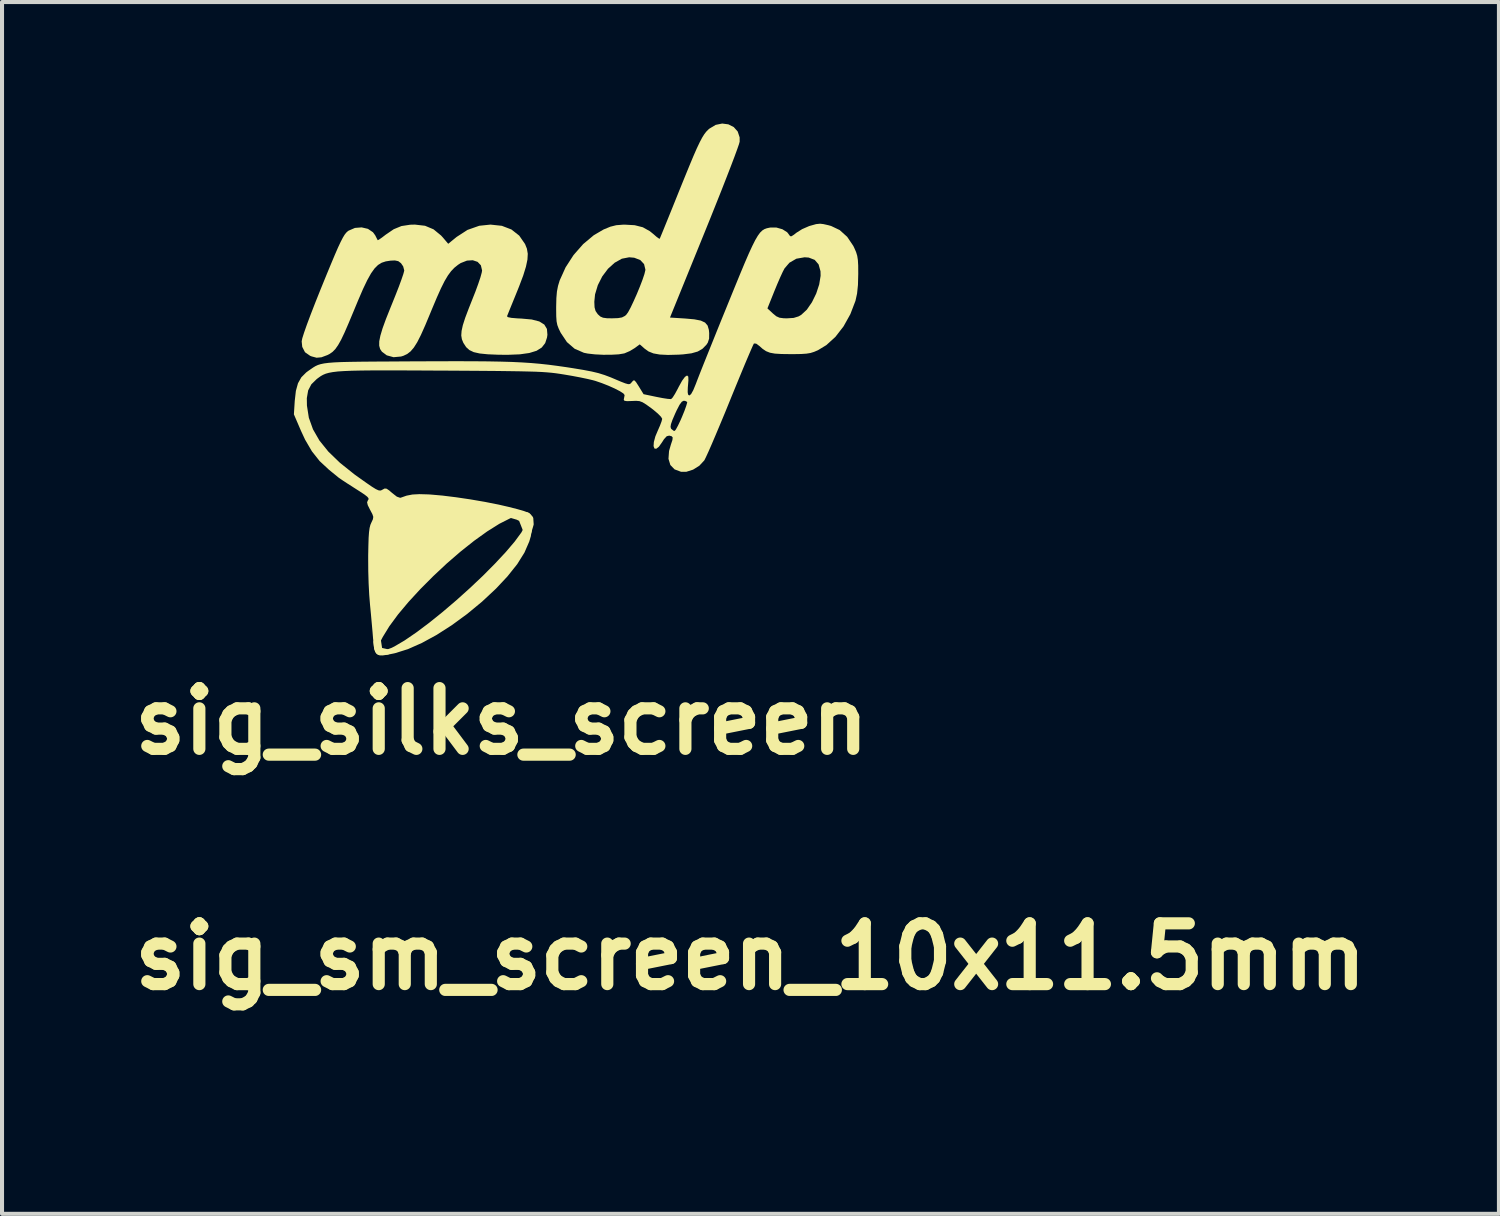
<source format=kicad_pcb>
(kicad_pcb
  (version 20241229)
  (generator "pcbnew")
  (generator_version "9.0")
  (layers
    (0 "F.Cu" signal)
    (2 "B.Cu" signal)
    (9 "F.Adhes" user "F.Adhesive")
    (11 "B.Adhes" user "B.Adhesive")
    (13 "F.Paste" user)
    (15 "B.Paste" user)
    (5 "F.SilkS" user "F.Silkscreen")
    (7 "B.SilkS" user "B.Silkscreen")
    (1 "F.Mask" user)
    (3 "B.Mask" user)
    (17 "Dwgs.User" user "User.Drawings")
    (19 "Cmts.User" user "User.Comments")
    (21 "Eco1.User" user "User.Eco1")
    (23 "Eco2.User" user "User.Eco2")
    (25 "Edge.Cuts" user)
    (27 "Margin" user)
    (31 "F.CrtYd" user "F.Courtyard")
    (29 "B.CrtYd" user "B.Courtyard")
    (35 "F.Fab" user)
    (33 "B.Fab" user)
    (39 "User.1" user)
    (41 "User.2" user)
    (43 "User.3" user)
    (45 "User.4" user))
  (footprint "sig_silks_screen"
    (layer "F.Cu")
    (at 11.226 8.05)
    (property "Reference" "sig_silks_screen" (at -1.89 6.71 0) (layer "F.SilkS") (effects (font (size 1.5 1.5) (thickness 0.3))))
    (attr board_only exclude_from_pos_files exclude_from_bom)
    (fp_poly (pts (xy -1.259 1.6) (xy -1.21 1.634) (xy -1.16 1.694) (xy -1.15 1.844) (xy -1.245 2.167) (xy -1.42 1.724) (xy -1.5 1.684) (xy -1.65 1.64)) (stroke (width 0.1) (type solid)) (fill yes) (layer "F.SilkS"))
    (fp_poly (pts (xy -4.912 5.02) (xy -4.94 5) (xy -4.96 4.98) (xy -4.99 4.91) (xy -5.007 4.747) (xy -4.927 4.677) (xy -4.89 4.92) (xy -4.88 4.94) (xy -4.66 4.99) (xy -4.71 5.01)) (stroke (width 0.1) (type solid)) (fill yes) (layer "F.SilkS"))
    (fp_poly (pts (xy 3.707 -8.03) (xy 3.839 -7.963) (xy 3.937 -7.853) (xy 3.985 -7.708) (xy 3.985 -7.602) (xy 3.968 -7.539) (xy 3.924 -7.413) (xy 3.857 -7.23) (xy 3.769 -6.998) (xy 3.662 -6.722) (xy 3.54 -6.41) (xy 3.404 -6.069) (xy 3.258 -5.704) (xy 3.115 -5.351) (xy 2.265 -3.26) (xy 2.644 -3.236) (xy 2.867 -3.216) (xy 3.026 -3.185) (xy 3.131 -3.136) (xy 3.194 -3.062) (xy 3.225 -2.957) (xy 3.233 -2.877) (xy 3.231 -2.739) (xy 3.199 -2.641) (xy 3.164 -2.588) (xy 3.068 -2.49) (xy 2.95 -2.421) (xy 2.796 -2.377) (xy 2.589 -2.351) (xy 2.482 -2.344) (xy 2.216 -2.337) (xy 2.012 -2.347) (xy 1.855 -2.375) (xy 1.734 -2.424) (xy 1.643 -2.489) (xy 1.519 -2.598) (xy 1.392 -2.505) (xy 1.273 -2.433) (xy 1.148 -2.379) (xy 1.132 -2.374) (xy 1.001 -2.352) (xy 0.821 -2.342) (xy 0.616 -2.341) (xy 0.413 -2.351) (xy 0.235 -2.371) (xy 0.14 -2.39) (xy -0.088 -2.489) (xy -0.279 -2.654) (xy -0.433 -2.884) (xy -0.433 -2.884) (xy -0.483 -2.987) (xy -0.516 -3.074) (xy -0.535 -3.168) (xy -0.543 -3.29) (xy -0.545 -3.459) (xy -0.545 -3.521) (xy -0.542 -3.649) (xy 0.397 -3.649) (xy 0.403 -3.512) (xy 0.428 -3.421) (xy 0.48 -3.346) (xy 0.487 -3.338) (xy 0.546 -3.285) (xy 0.612 -3.256) (xy 0.709 -3.243) (xy 0.834 -3.241) (xy 0.982 -3.246) (xy 1.08 -3.263) (xy 1.152 -3.3) (xy 1.183 -3.326) (xy 1.23 -3.39) (xy 1.294 -3.508) (xy 1.368 -3.665) (xy 1.447 -3.842) (xy 1.522 -4.024) (xy 1.587 -4.194) (xy 1.634 -4.334) (xy 1.657 -4.43) (xy 1.658 -4.444) (xy 1.625 -4.58) (xy 1.531 -4.68) (xy 1.383 -4.737) (xy 1.258 -4.748) (xy 1.077 -4.713) (xy 0.9 -4.614) (xy 0.735 -4.465) (xy 0.593 -4.276) (xy 0.484 -4.061) (xy 0.415 -3.832) (xy 0.397 -3.649) (xy -0.542 -3.649) (xy -0.54 -3.738) (xy -0.526 -3.903) (xy -0.499 -4.042) (xy -0.458 -4.177) (xy -0.312 -4.5) (xy -0.115 -4.804) (xy 0.121 -5.073) (xy 0.384 -5.293) (xy 0.625 -5.434) (xy 0.792 -5.503) (xy 0.939 -5.54) (xy 1.106 -5.553) (xy 1.144 -5.554) (xy 1.394 -5.54) (xy 1.595 -5.489) (xy 1.768 -5.392) (xy 1.853 -5.323) (xy 1.936 -5.251) (xy 1.995 -5.209) (xy 2.011 -5.205) (xy 2.027 -5.242) (xy 2.068 -5.341) (xy 2.13 -5.493) (xy 2.21 -5.69) (xy 2.305 -5.924) (xy 2.411 -6.187) (xy 2.484 -6.369) (xy 2.628 -6.724) (xy 2.748 -7.017) (xy 2.847 -7.254) (xy 2.929 -7.441) (xy 2.999 -7.588) (xy 3.058 -7.7) (xy 3.11 -7.784) (xy 3.16 -7.849) (xy 3.21 -7.9) (xy 3.238 -7.924) (xy 3.393 -8.017) (xy 3.554 -8.05)) (stroke (width 0) (type solid)) (fill yes) (layer "F.SilkS"))
    (fp_poly (pts (xy -1.886 -5.525) (xy -1.649 -5.434) (xy -1.457 -5.283) (xy -1.313 -5.075) (xy -1.267 -4.96) (xy -1.246 -4.835) (xy -1.254 -4.691) (xy -1.291 -4.516) (xy -1.358 -4.299) (xy -1.459 -4.031) (xy -1.504 -3.919) (xy -1.584 -3.722) (xy -1.655 -3.548) (xy -1.711 -3.41) (xy -1.747 -3.32) (xy -1.759 -3.293) (xy -1.737 -3.27) (xy -1.65 -3.252) (xy -1.493 -3.239) (xy -1.403 -3.235) (xy -1.148 -3.212) (xy -0.962 -3.164) (xy -0.838 -3.087) (xy -0.773 -2.979) (xy -0.761 -2.835) (xy -0.771 -2.766) (xy -0.816 -2.629) (xy -0.9 -2.521) (xy -1.028 -2.44) (xy -1.207 -2.385) (xy -1.442 -2.352) (xy -1.741 -2.34) (xy -1.973 -2.342) (xy -2.234 -2.353) (xy -2.433 -2.373) (xy -2.58 -2.406) (xy -2.687 -2.457) (xy -2.767 -2.529) (xy -2.831 -2.627) (xy -2.838 -2.639) (xy -2.873 -2.725) (xy -2.888 -2.818) (xy -2.88 -2.931) (xy -2.849 -3.072) (xy -2.791 -3.253) (xy -2.704 -3.483) (xy -2.62 -3.695) (xy -2.538 -3.902) (xy -2.468 -4.094) (xy -2.414 -4.255) (xy -2.382 -4.373) (xy -2.374 -4.423) (xy -2.404 -4.55) (xy -2.485 -4.635) (xy -2.604 -4.675) (xy -2.747 -4.666) (xy -2.902 -4.605) (xy -2.968 -4.562) (xy -3.058 -4.49) (xy -3.139 -4.405) (xy -3.218 -4.298) (xy -3.3 -4.16) (xy -3.389 -3.982) (xy -3.491 -3.754) (xy -3.612 -3.467) (xy -3.654 -3.365) (xy -3.778 -3.068) (xy -3.883 -2.833) (xy -3.974 -2.653) (xy -4.058 -2.52) (xy -4.139 -2.425) (xy -4.223 -2.36) (xy -4.316 -2.316) (xy -4.375 -2.298) (xy -4.559 -2.281) (xy -4.727 -2.327) (xy -4.847 -2.417) (xy -4.892 -2.484) (xy -4.914 -2.566) (xy -4.913 -2.673) (xy -4.885 -2.813) (xy -4.831 -2.994) (xy -4.747 -3.225) (xy -4.632 -3.513) (xy -4.602 -3.587) (xy -4.511 -3.813) (xy -4.43 -4.02) (xy -4.365 -4.197) (xy -4.319 -4.332) (xy -4.297 -4.413) (xy -4.296 -4.425) (xy -4.322 -4.523) (xy -4.376 -4.602) (xy -4.443 -4.652) (xy -4.527 -4.67) (xy -4.635 -4.665) (xy -4.751 -4.647) (xy -4.852 -4.614) (xy -4.943 -4.558) (xy -5.029 -4.472) (xy -5.116 -4.35) (xy -5.209 -4.183) (xy -5.313 -3.966) (xy -5.432 -3.69) (xy -5.545 -3.418) (xy -5.668 -3.124) (xy -5.769 -2.891) (xy -5.854 -2.712) (xy -5.929 -2.579) (xy -5.998 -2.481) (xy -6.066 -2.412) (xy -6.139 -2.361) (xy -6.192 -2.334) (xy -6.34 -2.279) (xy -6.459 -2.268) (xy -6.583 -2.301) (xy -6.62 -2.316) (xy -6.746 -2.404) (xy -6.814 -2.536) (xy -6.828 -2.672) (xy -6.813 -2.748) (xy -6.769 -2.887) (xy -6.7 -3.084) (xy -6.607 -3.332) (xy -6.493 -3.626) (xy -6.368 -3.939) (xy -6.225 -4.29) (xy -6.106 -4.578) (xy -6.009 -4.809) (xy -5.93 -4.991) (xy -5.865 -5.129) (xy -5.812 -5.232) (xy -5.768 -5.305) (xy -5.728 -5.356) (xy -5.69 -5.391) (xy -5.67 -5.405) (xy -5.513 -5.473) (xy -5.348 -5.486) (xy -5.192 -5.45) (xy -5.068 -5.366) (xy -5.013 -5.291) (xy -4.973 -5.212) (xy -4.951 -5.17) (xy -4.95 -5.169) (xy -4.92 -5.184) (xy -4.846 -5.235) (xy -4.752 -5.307) (xy -4.555 -5.441) (xy -4.365 -5.519) (xy -4.149 -5.552) (xy -4.032 -5.555) (xy -3.782 -5.526) (xy -3.572 -5.438) (xy -3.387 -5.286) (xy -3.342 -5.237) (xy -3.21 -5.081) (xy -3.003 -5.25) (xy -2.734 -5.424) (xy -2.444 -5.526) (xy -2.167 -5.555)) (stroke (width 0) (type solid)) (fill yes) (layer "F.SilkS"))
    (fp_poly (pts (xy 6.055 -5.567) (xy 6.175 -5.54) (xy 6.243 -5.521) (xy 6.455 -5.42) (xy 6.64 -5.253) (xy 6.791 -5.029) (xy 6.816 -4.977) (xy 6.86 -4.876) (xy 6.888 -4.784) (xy 6.904 -4.679) (xy 6.912 -4.541) (xy 6.913 -4.349) (xy 6.913 -4.334) (xy 6.906 -4.065) (xy 6.884 -3.852) (xy 6.846 -3.68) (xy 6.845 -3.674) (xy 6.718 -3.343) (xy 6.55 -3.042) (xy 6.35 -2.784) (xy 6.126 -2.58) (xy 5.919 -2.454) (xy 5.823 -2.413) (xy 5.734 -2.385) (xy 5.635 -2.369) (xy 5.504 -2.36) (xy 5.325 -2.357) (xy 5.238 -2.357) (xy 5.016 -2.36) (xy 4.853 -2.37) (xy 4.733 -2.392) (xy 4.637 -2.43) (xy 4.551 -2.488) (xy 4.475 -2.556) (xy 4.393 -2.616) (xy 4.339 -2.62) (xy 4.336 -2.617) (xy 4.315 -2.575) (xy 4.269 -2.471) (xy 4.201 -2.313) (xy 4.114 -2.108) (xy 4.013 -1.864) (xy 3.9 -1.59) (xy 3.778 -1.292) (xy 3.751 -1.225) (xy 3.626 -0.918) (xy 3.505 -0.628) (xy 3.394 -0.364) (xy 3.296 -0.134) (xy 3.214 0.053) (xy 3.152 0.188) (xy 3.114 0.263) (xy 3.11 0.269) (xy 2.99 0.398) (xy 2.835 0.495) (xy 2.669 0.548) (xy 2.538 0.548) (xy 2.378 0.488) (xy 2.274 0.38) (xy 2.228 0.228) (xy 2.242 0.034) (xy 2.287 -0.122) (xy 2.325 -0.236) (xy 2.332 -0.3) (xy 2.305 -0.33) (xy 2.246 -0.345) (xy 2.185 -0.33) (xy 2.118 -0.258) (xy 2.074 -0.188) (xy 1.991 -0.071) (xy 1.925 -0.02) (xy 1.881 -0.027) (xy 1.86 -0.086) (xy 1.867 -0.188) (xy 1.904 -0.326) (xy 1.958 -0.454) (xy 2.005 -0.562) (xy 2.279 -0.562) (xy 2.291 -0.519) (xy 2.299 -0.509) (xy 2.354 -0.465) (xy 2.383 -0.462) (xy 2.412 -0.499) (xy 2.462 -0.591) (xy 2.524 -0.721) (xy 2.563 -0.811) (xy 2.623 -0.958) (xy 2.666 -1.079) (xy 2.689 -1.157) (xy 2.689 -1.177) (xy 2.641 -1.202) (xy 2.603 -1.206) (xy 2.557 -1.182) (xy 2.501 -1.106) (xy 2.43 -0.969) (xy 2.392 -0.887) (xy 2.325 -0.731) (xy 2.289 -0.627) (xy 2.279 -0.562) (xy 2.005 -0.562) (xy 2.015 -0.584) (xy 2.056 -0.693) (xy 2.073 -0.759) (xy 2.073 -0.76) (xy 2.044 -0.809) (xy 1.968 -0.887) (xy 1.858 -0.98) (xy 1.809 -1.018) (xy 1.679 -1.112) (xy 1.587 -1.169) (xy 1.511 -1.197) (xy 1.428 -1.204) (xy 1.328 -1.2) (xy 1.205 -1.196) (xy 1.142 -1.205) (xy 1.124 -1.23) (xy 1.126 -1.244) (xy 1.142 -1.327) (xy 1.144 -1.348) (xy 1.114 -1.387) (xy 1.028 -1.442) (xy 0.9 -1.508) (xy 0.746 -1.577) (xy 0.581 -1.642) (xy 0.42 -1.697) (xy 0.358 -1.714) (xy 0.231 -1.744) (xy 0.054 -1.781) (xy -0.151 -1.82) (xy -0.358 -1.855) (xy -0.459 -1.871) (xy -0.557 -1.885) (xy -0.659 -1.897) (xy -0.771 -1.907) (xy -0.899 -1.916) (xy -1.05 -1.923) (xy -1.231 -1.928) (xy -1.447 -1.933) (xy -1.706 -1.937) (xy -2.013 -1.941) (xy -2.375 -1.944) (xy -2.798 -1.947) (xy -3.29 -1.95) (xy -3.378 -1.95) (xy -3.903 -1.953) (xy -4.358 -1.955) (xy -4.748 -1.956) (xy -5.08 -1.955) (xy -5.359 -1.952) (xy -5.591 -1.947) (xy -5.78 -1.939) (xy -5.934 -1.929) (xy -6.057 -1.914) (xy -6.155 -1.896) (xy -6.234 -1.874) (xy -6.298 -1.847) (xy -6.355 -1.815) (xy -6.409 -1.777) (xy -6.456 -1.742) (xy -6.589 -1.612) (xy -6.668 -1.461) (xy -6.701 -1.27) (xy -6.698 -1.085) (xy -6.651 -0.786) (xy -6.549 -0.501) (xy -6.39 -0.224) (xy -6.169 0.05) (xy -5.883 0.326) (xy -5.528 0.61) (xy -5.411 0.694) (xy -5.226 0.825) (xy -5.092 0.917) (xy -4.998 0.975) (xy -4.933 1.005) (xy -4.889 1.012) (xy -4.853 1.001) (xy -4.833 0.989) (xy -4.78 0.961) (xy -4.732 0.965) (xy -4.669 1.007) (xy -4.594 1.072) (xy -4.478 1.162) (xy -4.397 1.19) (xy -4.378 1.186) (xy -4.238 1.137) (xy -4.093 1.109) (xy -3.922 1.1) (xy -3.704 1.106) (xy -3.639 1.11) (xy -3.355 1.135) (xy -3.022 1.176) (xy -2.664 1.229) (xy -2.303 1.291) (xy -1.965 1.358) (xy -1.718 1.415) (xy -1.495 1.472) (xy -1.337 1.518) (xy -1.238 1.555) (xy -1.19 1.586) (xy -1.184 1.614) (xy -1.186 1.618) (xy -1.181 1.666) (xy -1.169 1.677) (xy -1.14 1.734) (xy -1.132 1.846) (xy -1.144 1.991) (xy -1.175 2.153) (xy -1.209 2.269) (xy -1.328 2.543) (xy -1.506 2.828) (xy -1.747 3.13) (xy -2.031 3.433) (xy -2.377 3.756) (xy -2.744 4.059) (xy -3.12 4.334) (xy -3.496 4.575) (xy -3.861 4.774) (xy -4.204 4.926) (xy -4.515 5.024) (xy -4.554 5.033) (xy -4.719 5.066) (xy -4.829 5.082) (xy -4.9 5.081) (xy -4.95 5.062) (xy -4.982 5.04) (xy -5.018 4.981) (xy -5.024 4.952) (xy -4.974 4.952) (xy -4.943 4.976) (xy -4.861 4.973) (xy -4.747 4.946) (xy -4.617 4.898) (xy -4.538 4.86) (xy -4.287 4.712) (xy -3.999 4.515) (xy -3.684 4.279) (xy -3.352 4.012) (xy -3.013 3.723) (xy -2.678 3.422) (xy -2.355 3.117) (xy -2.057 2.817) (xy -1.791 2.532) (xy -1.569 2.271) (xy -1.405 2.048) (xy -1.313 1.88) (xy -1.283 1.753) (xy -1.312 1.668) (xy -1.398 1.632) (xy -1.536 1.647) (xy -1.679 1.696) (xy -1.948 1.832) (xy -2.249 2.021) (xy -2.572 2.253) (xy -2.908 2.52) (xy -3.247 2.813) (xy -3.579 3.124) (xy -3.897 3.443) (xy -4.19 3.761) (xy -4.449 4.07) (xy -4.664 4.362) (xy -4.826 4.626) (xy -4.863 4.697) (xy -4.919 4.817) (xy -4.959 4.908) (xy -4.974 4.952) (xy -4.974 4.952) (xy -5.024 4.952) (xy -5.045 4.862) (xy -5.064 4.676) (xy -5.065 4.673) (xy -5.078 4.51) (xy -5.097 4.298) (xy -5.118 4.065) (xy -5.14 3.837) (xy -5.141 3.825) (xy -5.16 3.589) (xy -5.175 3.305) (xy -5.184 3.004) (xy -5.186 2.712) (xy -5.186 2.619) (xy -5.181 2.366) (xy -5.175 2.175) (xy -5.165 2.036) (xy -5.151 1.934) (xy -5.132 1.859) (xy -5.108 1.803) (xy -5.07 1.721) (xy -5.06 1.661) (xy -5.082 1.594) (xy -5.137 1.49) (xy -5.139 1.487) (xy -5.196 1.373) (xy -5.213 1.301) (xy -5.195 1.256) (xy -5.177 1.228) (xy -5.179 1.199) (xy -5.21 1.162) (xy -5.278 1.109) (xy -5.393 1.033) (xy -5.562 0.925) (xy -5.577 0.915) (xy -5.712 0.829) (xy -5.826 0.754) (xy -5.902 0.702) (xy -5.917 0.691) (xy -5.975 0.643) (xy -6.07 0.566) (xy -6.157 0.495) (xy -6.384 0.284) (xy -6.575 0.043) (xy -6.743 -0.244) (xy -6.844 -0.461) (xy -7.02 -0.87) (xy -6.999 -1.204) (xy -6.971 -1.45) (xy -6.919 -1.638) (xy -6.836 -1.785) (xy -6.715 -1.906) (xy -6.665 -1.943) (xy -6.6 -1.988) (xy -6.544 -2.027) (xy -6.489 -2.06) (xy -6.429 -2.088) (xy -6.359 -2.11) (xy -6.272 -2.128) (xy -6.162 -2.142) (xy -6.022 -2.153) (xy -5.847 -2.161) (xy -5.63 -2.166) (xy -5.365 -2.17) (xy -5.046 -2.173) (xy -4.667 -2.175) (xy -4.221 -2.178) (xy -4.014 -2.179) (xy -3.475 -2.181) (xy -3.004 -2.182) (xy -2.592 -2.181) (xy -2.233 -2.178) (xy -1.918 -2.172) (xy -1.639 -2.164) (xy -1.389 -2.152) (xy -1.159 -2.137) (xy -0.943 -2.118) (xy -0.731 -2.095) (xy -0.517 -2.067) (xy -0.293 -2.035) (xy -0.132 -2.01) (xy 0.128 -1.967) (xy 0.331 -1.928) (xy 0.499 -1.888) (xy 0.649 -1.841) (xy 0.801 -1.784) (xy 0.886 -1.748) (xy 1.051 -1.678) (xy 1.162 -1.635) (xy 1.231 -1.616) (xy 1.273 -1.618) (xy 1.302 -1.64) (xy 1.322 -1.665) (xy 1.358 -1.705) (xy 1.388 -1.708) (xy 1.427 -1.666) (xy 1.49 -1.568) (xy 1.498 -1.555) (xy 1.613 -1.368) (xy 1.932 -1.301) (xy 2.082 -1.272) (xy 2.205 -1.253) (xy 2.282 -1.247) (xy 2.295 -1.249) (xy 2.332 -1.287) (xy 2.389 -1.377) (xy 2.457 -1.502) (xy 2.479 -1.546) (xy 2.564 -1.7) (xy 2.635 -1.796) (xy 2.687 -1.83) (xy 2.717 -1.801) (xy 2.72 -1.705) (xy 2.719 -1.696) (xy 2.705 -1.527) (xy 2.702 -1.42) (xy 2.711 -1.362) (xy 2.733 -1.34) (xy 2.748 -1.338) (xy 2.787 -1.372) (xy 2.84 -1.467) (xy 2.899 -1.611) (xy 2.903 -1.62) (xy 2.938 -1.713) (xy 2.998 -1.867) (xy 3.08 -2.074) (xy 3.181 -2.326) (xy 3.297 -2.614) (xy 3.424 -2.93) (xy 3.56 -3.266) (xy 3.65 -3.486) (xy 4.671 -3.486) (xy 4.803 -3.363) (xy 4.889 -3.292) (xy 4.969 -3.256) (xy 5.074 -3.242) (xy 5.157 -3.241) (xy 5.318 -3.251) (xy 5.438 -3.288) (xy 5.506 -3.327) (xy 5.644 -3.455) (xy 5.77 -3.638) (xy 5.875 -3.852) (xy 5.949 -4.077) (xy 5.984 -4.291) (xy 5.981 -4.404) (xy 5.934 -4.572) (xy 5.838 -4.684) (xy 5.69 -4.741) (xy 5.589 -4.748) (xy 5.386 -4.713) (xy 5.213 -4.613) (xy 5.093 -4.473) (xy 5.05 -4.391) (xy 4.988 -4.257) (xy 4.916 -4.091) (xy 4.845 -3.919) (xy 4.671 -3.486) (xy 3.65 -3.486) (xy 3.688 -3.58) (xy 3.854 -3.987) (xy 3.994 -4.329) (xy 4.113 -4.614) (xy 4.213 -4.845) (xy 4.298 -5.029) (xy 4.37 -5.172) (xy 4.433 -5.279) (xy 4.489 -5.356) (xy 4.543 -5.409) (xy 4.597 -5.443) (xy 4.654 -5.464) (xy 4.718 -5.478) (xy 4.742 -5.482) (xy 4.893 -5.482) (xy 5.041 -5.44) (xy 5.158 -5.366) (xy 5.203 -5.308) (xy 5.231 -5.269) (xy 5.265 -5.267) (xy 5.326 -5.306) (xy 5.385 -5.353) (xy 5.528 -5.443) (xy 5.702 -5.519) (xy 5.873 -5.567) (xy 5.972 -5.577)) (stroke (width 0) (type solid)) (fill yes) (layer "F.SilkS")))
  (footprint "sig_sm_screen_10x11.5mm"
    (layer "F.Cu")
    (at 15.479 20.568)
    (property "Reference" "sig_sm_screen_10x11.5mm" (at 0 0 0) (layer "F.SilkS") (effects (font (size 1.5 1.5) (thickness 0.3))))
    (attr board_only exclude_from_pos_files exclude_from_bom)
    (fp_poly (pts (xy -0.08 1.69) (xy 0.225 1.932) (xy 0.486 2.179) (xy 0.75 2.479) (xy 0.855 2.632) (xy 0.862 2.655) (xy 0.854 2.661) (xy 0.39 2.21) (xy -0.02 1.75) (xy 0.06 1.83)) (stroke (width 0.1) (type solid)) (fill yes) (layer "F.Mask"))
    (fp_poly (pts (xy -1.36 1.49) (xy -1.5 1.54) (xy -1.69 1.55) (xy -1.06 1.2) (xy -0.71 0.87) (xy -0.44 0.49) (xy -0.44 0.66) (xy -0.48 0.73) (xy -0.51 0.78) (xy -0.69 0.98) (xy -0.9 1.19)) (stroke (width 0.1) (type solid)) (fill yes) (layer "F.Mask"))
    (fp_poly (pts (xy -0.964 2.366) (xy -1.03 2.23) (xy -0.55 3.18) (xy -0.5 3.28) (xy -0.5 3.3) (xy -0.58 3.22) (xy -0.63 3.15) (xy -0.73 2.96) (xy -0.89 2.62) (xy -1 2.36) (xy -1.04 2.19)) (stroke (width 0.1) (type solid)) (fill yes) (layer "F.Mask"))
    (fp_poly (pts (xy 1.695 1.474) (xy 0.403 0.887) (xy 0.398 0.874) (xy 0.417 0.872) (xy 0.84 1) (xy 1.377 1.24) (xy 1.561 1.344) (xy 1.675 1.426) (xy 1.708 1.48) (xy 1.659 1.458) (xy 1.602 1.433) (xy 1.615 1.442)) (stroke (width 0.1) (type solid)) (fill yes) (layer "F.Mask")))
  (gr_rect
    (start -3 -3)
    (end 33.957 26.918)
    (stroke (width 0.1) (type default))
    (fill no)
    (layer "Edge.Cuts")))
</source>
